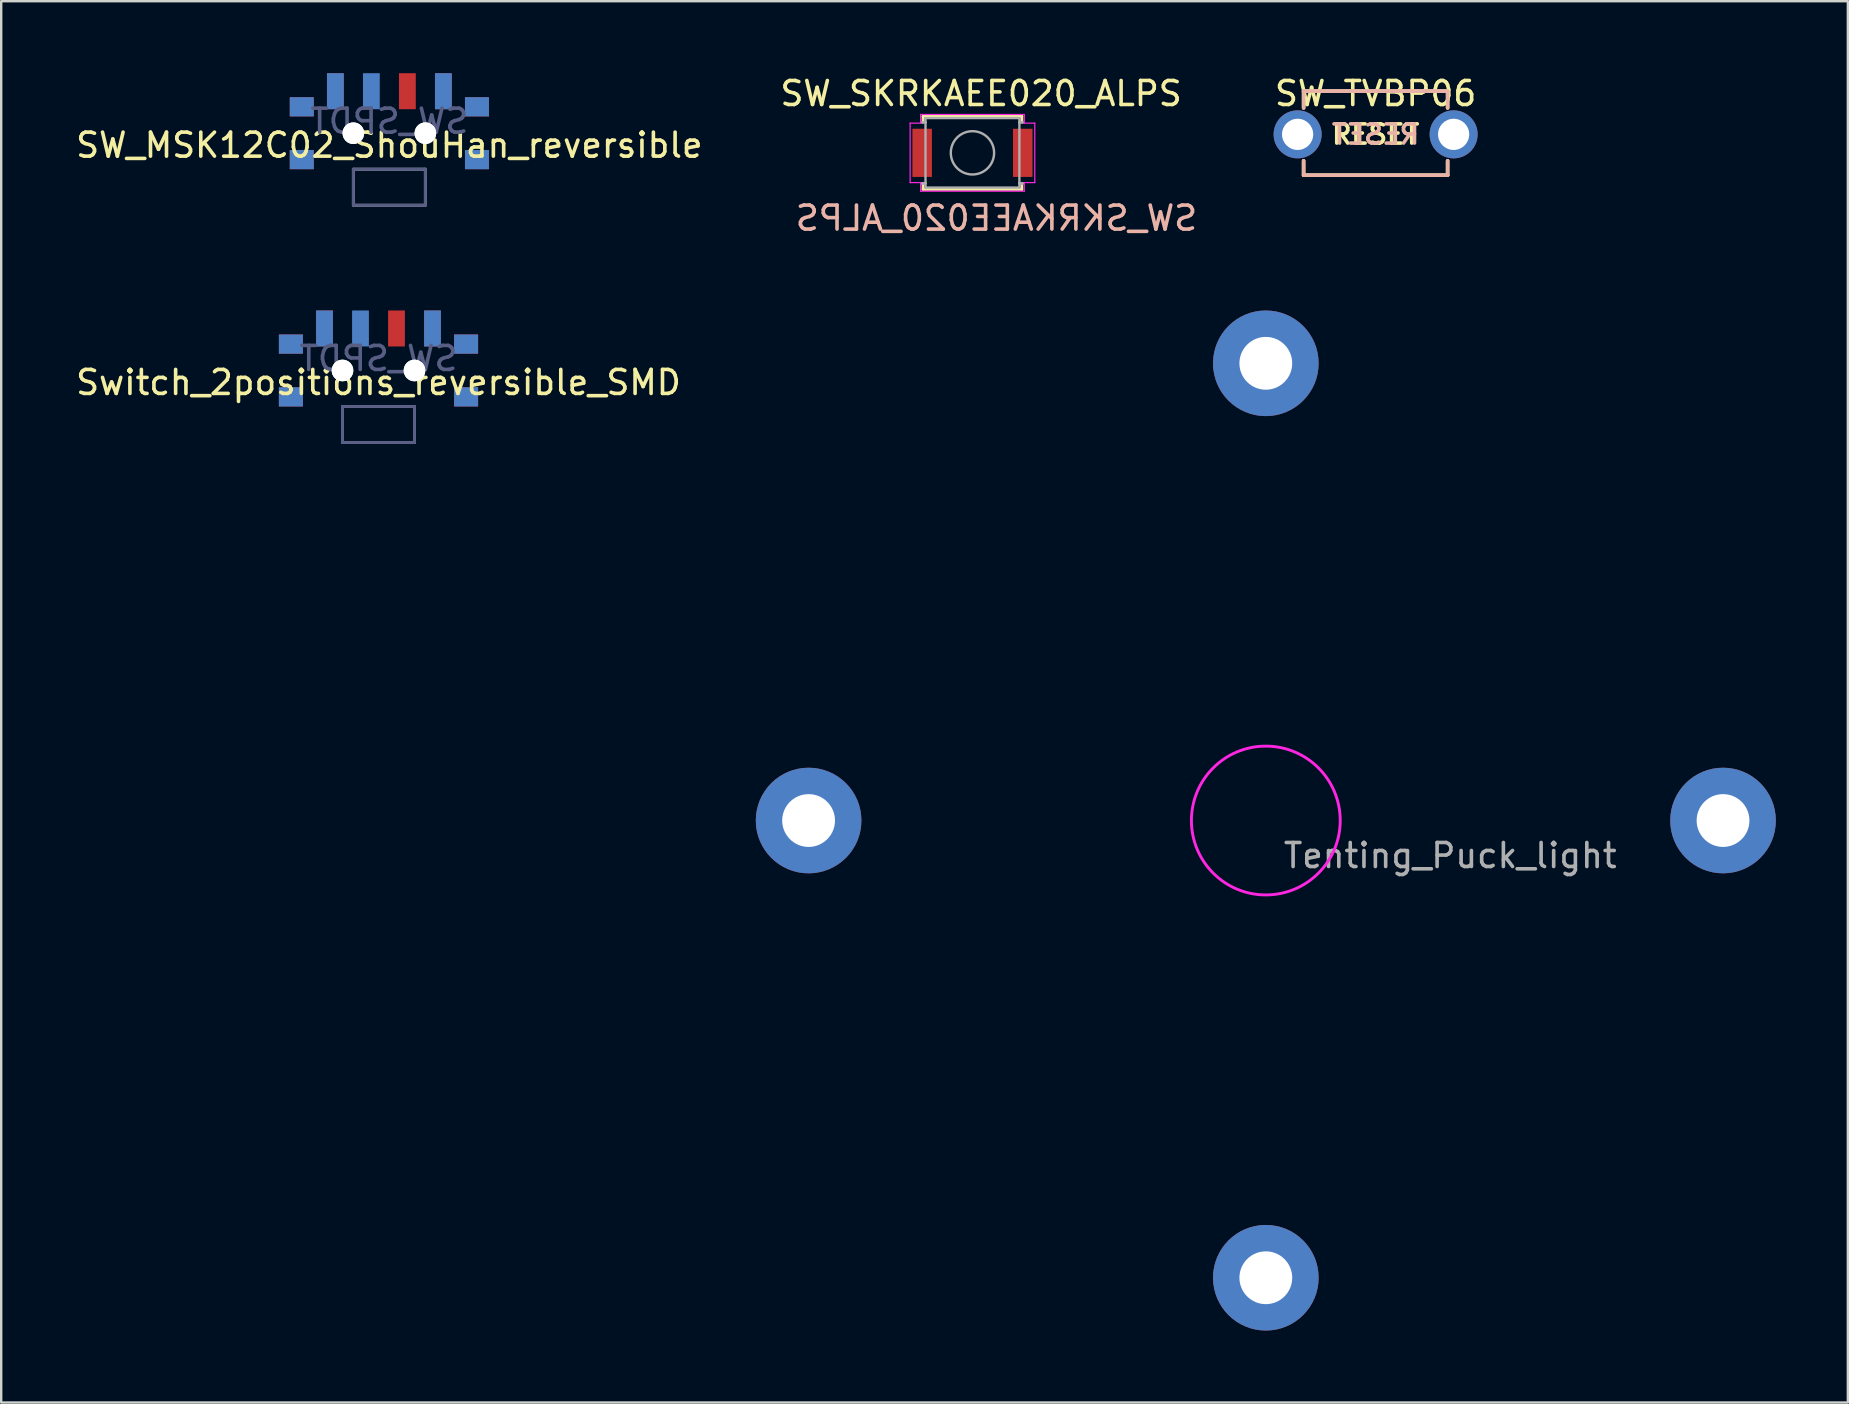
<source format=kicad_pcb>
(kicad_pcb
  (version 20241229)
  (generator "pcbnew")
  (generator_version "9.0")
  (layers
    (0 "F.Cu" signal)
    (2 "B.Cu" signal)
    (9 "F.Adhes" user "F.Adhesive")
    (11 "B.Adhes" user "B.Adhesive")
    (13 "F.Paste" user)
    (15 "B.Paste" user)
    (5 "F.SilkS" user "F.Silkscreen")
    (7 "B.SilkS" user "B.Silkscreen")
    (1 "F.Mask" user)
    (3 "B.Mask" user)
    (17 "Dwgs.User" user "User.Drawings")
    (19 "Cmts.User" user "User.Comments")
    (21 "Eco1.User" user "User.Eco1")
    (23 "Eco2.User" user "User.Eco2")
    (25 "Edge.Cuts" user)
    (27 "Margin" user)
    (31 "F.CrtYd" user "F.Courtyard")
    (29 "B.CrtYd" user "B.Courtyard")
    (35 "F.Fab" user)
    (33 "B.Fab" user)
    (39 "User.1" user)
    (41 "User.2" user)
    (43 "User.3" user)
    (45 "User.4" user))
  (footprint "Switch_2positions_reversible_SMD"
    (layer "F.Cu")
    (at 12.72 12.386)
    (property "Reference" "Switch_2positions_reversible_SMD" (at 0 0.5 180) (layer "F.SilkS") (effects (font (size 1 1) (thickness 0.15))))
    (fp_poly (pts (xy -4.1 -0.75) (xy -4.1 -1.45) (xy -3.2 -1.45) (xy -3.2 -0.75)) (stroke (width 0.1) (type solid)) (fill yes) (layer "F.Mask"))
    (fp_poly (pts (xy -4.1 1.45) (xy -4.1 0.75) (xy -3.2 0.75) (xy -3.2 1.45)) (stroke (width 0.1) (type solid)) (fill yes) (layer "F.Mask"))
    (fp_poly (pts (xy -2.55 -1.05) (xy -2.55 -2.45) (xy -1.95 -2.45) (xy -1.95 -1.05)) (stroke (width 0.1) (type solid)) (fill yes) (layer "F.Mask"))
    (fp_poly (pts (xy 0.45 -1.05) (xy 0.45 -2.45) (xy 1.05 -2.45) (xy 1.05 -1.05)) (stroke (width 0.1) (type solid)) (fill yes) (layer "F.Mask"))
    (fp_poly (pts (xy 1.95 -1.05) (xy 1.95 -2.45) (xy 2.55 -2.45) (xy 2.55 -1.05)) (stroke (width 0.1) (type solid)) (fill yes) (layer "F.Mask"))
    (fp_poly (pts (xy 3.2 -0.75) (xy 3.2 -1.45) (xy 4.1 -1.45) (xy 4.1 -0.75)) (stroke (width 0.1) (type solid)) (fill yes) (layer "F.Mask"))
    (fp_poly (pts (xy 3.2 1.45) (xy 3.2 0.75) (xy 4.1 0.75) (xy 4.1 1.45)) (stroke (width 0.1) (type solid)) (fill yes) (layer "F.Mask"))
    (fp_poly (pts (xy -3.2 -0.75) (xy -3.2 -1.45) (xy -4.1 -1.45) (xy -4.1 -0.75)) (stroke (width 0.1) (type solid)) (fill yes) (layer "B.Mask"))
    (fp_poly (pts (xy -3.2 1.45) (xy -3.2 0.75) (xy -4.1 0.75) (xy -4.1 1.45)) (stroke (width 0.1) (type solid)) (fill yes) (layer "B.Mask"))
    (fp_poly (pts (xy -1.95 -1.05) (xy -1.95 -2.45) (xy -2.55 -2.45) (xy -2.55 -1.05)) (stroke (width 0.1) (type solid)) (fill yes) (layer "B.Mask"))
    (fp_poly (pts (xy -0.45 -1.05) (xy -0.45 -2.45) (xy -1.05 -2.45) (xy -1.05 -1.05)) (stroke (width 0.1) (type solid)) (fill yes) (layer "B.Mask"))
    (fp_poly (pts (xy 2.55 -1.05) (xy 2.55 -2.45) (xy 1.95 -2.45) (xy 1.95 -1.05)) (stroke (width 0.1) (type solid)) (fill yes) (layer "B.Mask"))
    (fp_poly (pts (xy 4.1 -0.75) (xy 4.1 -1.45) (xy 3.2 -1.45) (xy 3.2 -0.75)) (stroke (width 0.1) (type solid)) (fill yes) (layer "B.Mask"))
    (fp_poly (pts (xy 4.1 1.45) (xy 4.1 0.75) (xy 3.2 0.75) (xy 3.2 1.45)) (stroke (width 0.1) (type solid)) (fill yes) (layer "B.Mask"))
    (fp_line (start -1.5 1.5) (end 1.5 1.5) (stroke (width 0.12) (type solid)) (layer "B.Fab"))
    (fp_line (start -1.5 3) (end -1.5 1.5) (stroke (width 0.12) (type solid)) (layer "B.Fab"))
    (fp_line (start 1.5 1.5) (end 1.5 3) (stroke (width 0.12) (type solid)) (layer "B.Fab"))
    (fp_line (start 1.5 3) (end -1.5 3) (stroke (width 0.12) (type solid)) (layer "B.Fab"))
    (fp_line (start -1.5 1.5) (end -1.5 3) (stroke (width 0.12) (type solid)) (layer "F.Fab"))
    (fp_line (start -1.5 3) (end 1.5 3) (stroke (width 0.12) (type solid)) (layer "F.Fab"))
    (fp_line (start 1.5 1.5) (end -1.5 1.5) (stroke (width 0.12) (type solid)) (layer "F.Fab"))
    (fp_line (start 1.5 3) (end 1.5 1.5) (stroke (width 0.12) (type solid)) (layer "F.Fab"))
    (fp_text user "SW_SPDT" (at 0 -0.5 180) (layer "B.Fab") (effects (font (size 1 1) (thickness 0.15)) (justify mirror)))
    (pad "" smd rect (at -3.65 -1.1) (size 1 0.8) (layers "F.Cu"))
    (pad "" smd rect (at -3.65 -1.1 180) (size 1 0.8) (layers "B.Cu"))
    (pad "" smd rect (at -3.65 1.1) (size 1 0.8) (layers "F.Cu"))
    (pad "" smd rect (at -3.65 1.1 180) (size 1 0.8) (layers "B.Cu"))
    (pad "" np_thru_hole circle (at -1.5 0 180) (size 0.9 0.9) (drill 0.9) (layers "*.Cu" "*.Mask"))
    (pad "" np_thru_hole circle (at -1.5 0) (size 0.9 0.9) (drill 0.9) (layers "*.Cu" "*.Mask"))
    (pad "" np_thru_hole circle (at 1.5 0 180) (size 0.9 0.9) (drill 0.9) (layers "*.Cu" "*.Mask"))
    (pad "" np_thru_hole circle (at 1.5 0) (size 0.9 0.9) (drill 0.9) (layers "*.Cu" "*.Mask"))
    (pad "" smd rect (at 3.65 -1.1) (size 1 0.8) (layers "F.Cu"))
    (pad "" smd rect (at 3.65 -1.1 180) (size 1 0.8) (layers "B.Cu"))
    (pad "" smd rect (at 3.65 1.1) (size 1 0.8) (layers "F.Cu"))
    (pad "" smd rect (at 3.65 1.1 180) (size 1 0.8) (layers "B.Cu"))
    (pad "1" smd rect (at -2.25 -1.75) (size 0.7 1.5) (layers "F.Cu"))
    (pad "1" smd rect (at 2.25 -1.75 180) (size 0.7 1.5) (layers "B.Cu"))
    (pad "2" smd rect (at -0.75 -1.75 180) (size 0.7 1.5) (layers "B.Cu"))
    (pad "2" smd rect (at 0.75 -1.75) (size 0.7 1.5) (layers "F.Cu"))
    (pad "3" smd rect (at -2.25 -1.75 180) (size 0.7 1.5) (layers "B.Cu"))
    (pad "3" smd rect (at 2.25 -1.75) (size 0.7 1.5) (layers "F.Cu")))
  (footprint "SW_SKRKAEE020_ALPS"
    (layer "F.Cu")
    (at 37.467 3.318)
    (property "Reference" "SW_SKRKAEE020_ALPS" (at 0.36 -2.47 0) (layer "F.SilkS") (effects (font (size 1 1) (thickness 0.15))))
    (attr smd)
    (fp_line (start -2.058 -1.523) (end -2.058 -1.336) (stroke (width 0.12) (type solid)) (layer "F.SilkS"))
    (fp_line (start -2.058 1.336) (end -2.058 1.523) (stroke (width 0.12) (type solid)) (layer "F.SilkS"))
    (fp_line (start -2.058 1.523) (end 2.058 1.523) (stroke (width 0.12) (type solid)) (layer "F.SilkS"))
    (fp_line (start 2.058 -1.523) (end -2.058 -1.523) (stroke (width 0.12) (type solid)) (layer "F.SilkS"))
    (fp_line (start 2.058 -1.336) (end 2.058 -1.523) (stroke (width 0.12) (type solid)) (layer "F.SilkS"))
    (fp_line (start 2.058 1.523) (end 2.058 1.336) (stroke (width 0.12) (type solid)) (layer "F.SilkS"))
    (fp_line (start -2.597 -1.239) (end -2.597 1.239) (stroke (width 0.05) (type solid)) (layer "F.CrtYd"))
    (fp_line (start -2.597 1.239) (end -2.16 1.239) (stroke (width 0.05) (type solid)) (layer "F.CrtYd"))
    (fp_line (start -2.16 -1.599) (end -2.16 -1.239) (stroke (width 0.05) (type solid)) (layer "F.CrtYd"))
    (fp_line (start -2.16 -1.239) (end -2.597 -1.239) (stroke (width 0.05) (type solid)) (layer "F.CrtYd"))
    (fp_line (start -2.16 1.239) (end -2.16 1.599) (stroke (width 0.05) (type solid)) (layer "F.CrtYd"))
    (fp_line (start -2.16 1.599) (end 2.16 1.599) (stroke (width 0.05) (type solid)) (layer "F.CrtYd"))
    (fp_line (start 2.16 -1.599) (end -2.16 -1.599) (stroke (width 0.05) (type solid)) (layer "F.CrtYd"))
    (fp_line (start 2.16 -1.239) (end 2.16 -1.599) (stroke (width 0.05) (type solid)) (layer "F.CrtYd"))
    (fp_line (start 2.16 1.239) (end 2.597 1.239) (stroke (width 0.05) (type solid)) (layer "F.CrtYd"))
    (fp_line (start 2.16 1.599) (end 2.16 1.239) (stroke (width 0.05) (type solid)) (layer "F.CrtYd"))
    (fp_line (start 2.597 -1.239) (end 2.16 -1.239) (stroke (width 0.05) (type solid)) (layer "F.CrtYd"))
    (fp_line (start 2.597 1.239) (end 2.597 -1.239) (stroke (width 0.05) (type solid)) (layer "F.CrtYd"))
    (fp_line (start -2.095 -1.27) (end -2.095 -1.27) (stroke (width 0.1) (type solid)) (layer "F.Fab"))
    (fp_line (start -2.095 -1.27) (end -1.956 -1.27) (stroke (width 0.1) (type solid)) (layer "F.Fab"))
    (fp_line (start -2.095 1.27) (end -2.095 1.27) (stroke (width 0.1) (type solid)) (layer "F.Fab"))
    (fp_line (start -2.095 1.27) (end -1.956 1.27) (stroke (width 0.1) (type solid)) (layer "F.Fab"))
    (fp_line (start -1.956 -1.448) (end -1.956 1.448) (stroke (width 0.1) (type solid)) (layer "F.Fab"))
    (fp_line (start -1.956 -1.27) (end -2.095 -1.27) (stroke (width 0.1) (type solid)) (layer "F.Fab"))
    (fp_line (start -1.956 -1.27) (end -1.956 -1.27) (stroke (width 0.1) (type solid)) (layer "F.Fab"))
    (fp_line (start -1.956 1.27) (end -2.095 1.27) (stroke (width 0.1) (type solid)) (layer "F.Fab"))
    (fp_line (start -1.956 1.27) (end -1.956 1.27) (stroke (width 0.1) (type solid)) (layer "F.Fab"))
    (fp_line (start -1.956 1.448) (end 1.956 1.448) (stroke (width 0.1) (type solid)) (layer "F.Fab"))
    (fp_line (start 1.956 -1.448) (end -1.956 -1.448) (stroke (width 0.1) (type solid)) (layer "F.Fab"))
    (fp_line (start 1.956 -1.27) (end 1.956 -1.27) (stroke (width 0.1) (type solid)) (layer "F.Fab"))
    (fp_line (start 1.956 -1.27) (end 2.095 -1.27) (stroke (width 0.1) (type solid)) (layer "F.Fab"))
    (fp_line (start 1.956 1.27) (end 1.956 1.27) (stroke (width 0.1) (type solid)) (layer "F.Fab"))
    (fp_line (start 1.956 1.27) (end 2.095 1.27) (stroke (width 0.1) (type solid)) (layer "F.Fab"))
    (fp_line (start 1.956 1.448) (end 1.956 -1.448) (stroke (width 0.1) (type solid)) (layer "F.Fab"))
    (fp_line (start 2.095 -1.27) (end 1.956 -1.27) (stroke (width 0.1) (type solid)) (layer "F.Fab"))
    (fp_line (start 2.095 -1.27) (end 2.095 -1.27) (stroke (width 0.1) (type solid)) (layer "F.Fab"))
    (fp_line (start 2.095 1.27) (end 1.956 1.27) (stroke (width 0.1) (type solid)) (layer "F.Fab"))
    (fp_line (start 2.095 1.27) (end 2.095 1.27) (stroke (width 0.1) (type solid)) (layer "F.Fab"))
    (fp_circle (center 0 0) (end 0.902 0) (stroke (width 0.1) (type solid)) (fill no) (layer "F.Fab"))
    (fp_text user "SW_SKRKAEE020_ALPS" (at 1 2.72 0) (layer "B.SilkS") (effects (font (size 1 1) (thickness 0.15)) (justify mirror)))
    (pad "1" smd rect (at -2.095 0) (size 0.813 2.007) (layers "F.Cu" "F.Mask" "F.Paste"))
    (pad "2" smd rect (at 2.095 0) (size 0.813 2.007) (layers "F.Cu" "F.Mask" "F.Paste")))
  (footprint "Tenting_Puck_light"
    (layer "F.Cu")
    (at 49.69 31.137)
    (property "Reference" "Tenting_Puck_light" (at 7.684 1.46 0) (layer "F.Fab") (effects (font (size 1 1) (thickness 0.15))))
    (attr through_hole)
    (fp_circle (center 0 0) (end 3.1 0) (stroke (width 0.12) (type solid)) (fill no) (layer "F.CrtYd"))
    (pad "" thru_hole circle (at -19.05 0) (size 4.4 4.4) (drill 2.2) (layers "*.Cu" "*.Mask"))
    (pad "" thru_hole circle (at 0 -19.05) (size 4.4 4.4) (drill 2.2) (layers "*.Cu" "*.Mask"))
    (pad "" thru_hole circle (at 0 19.05) (size 4.4 4.4) (drill 2.2) (layers "*.Cu" "*.Mask"))
    (pad "" thru_hole circle (at 19.05 0) (size 4.4 4.4) (drill 2.2) (layers "*.Cu" "*.Mask")))
  (footprint "SW_TVBP06"
    (layer "F.Cu")
    (at 54.265 2.548)
    (property "Reference" "SW_TVBP06" (at 0 -1.7 0) (layer "F.SilkS") (effects (font (size 1 1) (thickness 0.15))))
    (attr through_hole)
    (fp_line (start -3 -1.8) (end -3 -1.1) (stroke (width 0.15) (type solid)) (layer "F.SilkS"))
    (fp_line (start -3 1.7) (end -3 1.1) (stroke (width 0.15) (type solid)) (layer "F.SilkS"))
    (fp_line (start -3 1.7) (end 3 1.7) (stroke (width 0.15) (type solid)) (layer "F.SilkS"))
    (fp_line (start 3 -1.8) (end -3 -1.8) (stroke (width 0.15) (type solid)) (layer "F.SilkS"))
    (fp_line (start 3 -1.8) (end 3 -1.1) (stroke (width 0.15) (type solid)) (layer "F.SilkS"))
    (fp_line (start 3 1.7) (end 3 1.1) (stroke (width 0.15) (type solid)) (layer "F.SilkS"))
    (fp_line (start -3 -1.8) (end -3 -1.1) (stroke (width 0.15) (type solid)) (layer "B.SilkS"))
    (fp_line (start -3 -1.8) (end 2.9 -1.8) (stroke (width 0.15) (type solid)) (layer "B.SilkS"))
    (fp_line (start -3 -1.8) (end 3 -1.8) (stroke (width 0.15) (type solid)) (layer "B.SilkS"))
    (fp_line (start -3 1.7) (end -3 1.1) (stroke (width 0.15) (type solid)) (layer "B.SilkS"))
    (fp_line (start 3 -1.8) (end 3 -1.1) (stroke (width 0.15) (type solid)) (layer "B.SilkS"))
    (fp_line (start 3 1.7) (end -3 1.7) (stroke (width 0.15) (type solid)) (layer "B.SilkS"))
    (fp_line (start 3 1.7) (end 3 1.1) (stroke (width 0.15) (type solid)) (layer "B.SilkS"))
    (fp_text user "RESET" (at 0 0 180) (layer "F.SilkS") (effects (font (size 0.8 0.8) (thickness 0.15))))
    (fp_text user "RESET" (at 0 0 0) (layer "B.SilkS") (effects (font (size 0.8 0.8) (thickness 0.15)) (justify mirror)))
    (pad "1" thru_hole circle (at -3.25 0) (size 2 2) (drill 1.3) (layers "*.Cu" "*.Mask"))
    (pad "2" thru_hole circle (at 3.25 0) (size 2 2) (drill 1.3) (layers "*.Cu" "*.Mask")))
  (footprint "SW_MSK12C02_ShouHan_reversible"
    (layer "F.Cu")
    (at 13.173 2.5)
    (property "Reference" "SW_MSK12C02_ShouHan_reversible" (at 0 0.5 180) (layer "F.SilkS") (effects (font (size 1 1) (thickness 0.15))))
    (fp_poly (pts (xy -4.1 -0.75) (xy -4.1 -1.45) (xy -3.2 -1.45) (xy -3.2 -0.75)) (stroke (width 0.1) (type solid)) (fill yes) (layer "F.Mask"))
    (fp_poly (pts (xy -4.1 1.45) (xy -4.1 0.75) (xy -3.2 0.75) (xy -3.2 1.45)) (stroke (width 0.1) (type solid)) (fill yes) (layer "F.Mask"))
    (fp_poly (pts (xy -2.55 -1.05) (xy -2.55 -2.45) (xy -1.95 -2.45) (xy -1.95 -1.05)) (stroke (width 0.1) (type solid)) (fill yes) (layer "F.Mask"))
    (fp_poly (pts (xy 0.45 -1.05) (xy 0.45 -2.45) (xy 1.05 -2.45) (xy 1.05 -1.05)) (stroke (width 0.1) (type solid)) (fill yes) (layer "F.Mask"))
    (fp_poly (pts (xy 1.95 -1.05) (xy 1.95 -2.45) (xy 2.55 -2.45) (xy 2.55 -1.05)) (stroke (width 0.1) (type solid)) (fill yes) (layer "F.Mask"))
    (fp_poly (pts (xy 3.2 -0.75) (xy 3.2 -1.45) (xy 4.1 -1.45) (xy 4.1 -0.75)) (stroke (width 0.1) (type solid)) (fill yes) (layer "F.Mask"))
    (fp_poly (pts (xy 3.2 1.45) (xy 3.2 0.75) (xy 4.1 0.75) (xy 4.1 1.45)) (stroke (width 0.1) (type solid)) (fill yes) (layer "F.Mask"))
    (fp_poly (pts (xy -3.2 -0.75) (xy -3.2 -1.45) (xy -4.1 -1.45) (xy -4.1 -0.75)) (stroke (width 0.1) (type solid)) (fill yes) (layer "B.Mask"))
    (fp_poly (pts (xy -3.2 1.45) (xy -3.2 0.75) (xy -4.1 0.75) (xy -4.1 1.45)) (stroke (width 0.1) (type solid)) (fill yes) (layer "B.Mask"))
    (fp_poly (pts (xy -1.95 -1.05) (xy -1.95 -2.45) (xy -2.55 -2.45) (xy -2.55 -1.05)) (stroke (width 0.1) (type solid)) (fill yes) (layer "B.Mask"))
    (fp_poly (pts (xy -0.45 -1.05) (xy -0.45 -2.45) (xy -1.05 -2.45) (xy -1.05 -1.05)) (stroke (width 0.1) (type solid)) (fill yes) (layer "B.Mask"))
    (fp_poly (pts (xy 2.55 -1.05) (xy 2.55 -2.45) (xy 1.95 -2.45) (xy 1.95 -1.05)) (stroke (width 0.1) (type solid)) (fill yes) (layer "B.Mask"))
    (fp_poly (pts (xy 4.1 -0.75) (xy 4.1 -1.45) (xy 3.2 -1.45) (xy 3.2 -0.75)) (stroke (width 0.1) (type solid)) (fill yes) (layer "B.Mask"))
    (fp_poly (pts (xy 4.1 1.45) (xy 4.1 0.75) (xy 3.2 0.75) (xy 3.2 1.45)) (stroke (width 0.1) (type solid)) (fill yes) (layer "B.Mask"))
    (fp_line (start -1.5 1.5) (end 1.5 1.5) (stroke (width 0.12) (type solid)) (layer "B.Fab"))
    (fp_line (start -1.5 3) (end -1.5 1.5) (stroke (width 0.12) (type solid)) (layer "B.Fab"))
    (fp_line (start 1.5 1.5) (end 1.5 3) (stroke (width 0.12) (type solid)) (layer "B.Fab"))
    (fp_line (start 1.5 3) (end -1.5 3) (stroke (width 0.12) (type solid)) (layer "B.Fab"))
    (fp_line (start -1.5 1.5) (end -1.5 3) (stroke (width 0.12) (type solid)) (layer "F.Fab"))
    (fp_line (start -1.5 3) (end 1.5 3) (stroke (width 0.12) (type solid)) (layer "F.Fab"))
    (fp_line (start 1.5 1.5) (end -1.5 1.5) (stroke (width 0.12) (type solid)) (layer "F.Fab"))
    (fp_line (start 1.5 3) (end 1.5 1.5) (stroke (width 0.12) (type solid)) (layer "F.Fab"))
    (fp_text user "SW_SPDT" (at 0 -0.5 0) (layer "B.Fab") (effects (font (size 1 1) (thickness 0.15)) (justify mirror)))
    (pad "" smd rect (at -3.65 -1.1) (size 1 0.8) (layers "F.Cu"))
    (pad "" smd rect (at -3.65 -1.1 180) (size 1 0.8) (layers "B.Cu"))
    (pad "" smd rect (at -3.65 1.1) (size 1 0.8) (layers "F.Cu"))
    (pad "" smd rect (at -3.65 1.1 180) (size 1 0.8) (layers "B.Cu"))
    (pad "" np_thru_hole circle (at -1.5 0) (size 0.9 0.9) (drill 0.9) (layers "*.Cu" "*.Mask"))
    (pad "" np_thru_hole circle (at -1.5 0 180) (size 0.9 0.9) (drill 0.9) (layers "*.Cu" "*.Mask"))
    (pad "" np_thru_hole circle (at 1.5 0) (size 0.9 0.9) (drill 0.9) (layers "*.Cu" "*.Mask"))
    (pad "" np_thru_hole circle (at 1.5 0 180) (size 0.9 0.9) (drill 0.9) (layers "*.Cu" "*.Mask"))
    (pad "" smd rect (at 3.65 -1.1) (size 1 0.8) (layers "F.Cu"))
    (pad "" smd rect (at 3.65 -1.1 180) (size 1 0.8) (layers "B.Cu"))
    (pad "" smd rect (at 3.65 1.1) (size 1 0.8) (layers "F.Cu"))
    (pad "" smd rect (at 3.65 1.1 180) (size 1 0.8) (layers "B.Cu"))
    (pad "1" smd rect (at -2.25 -1.75) (size 0.7 1.5) (layers "F.Cu"))
    (pad "1" smd rect (at 2.25 -1.75 180) (size 0.7 1.5) (layers "B.Cu"))
    (pad "2" smd rect (at -0.75 -1.75 180) (size 0.7 1.5) (layers "B.Cu"))
    (pad "2" smd rect (at 0.75 -1.75) (size 0.7 1.5) (layers "F.Cu"))
    (pad "3" smd rect (at -2.25 -1.75 180) (size 0.7 1.5) (layers "B.Cu"))
    (pad "3" smd rect (at 2.25 -1.75) (size 0.7 1.5) (layers "F.Cu")))
  (gr_rect
    (start -3 -3)
    (end 73.94 55.386)
    (stroke (width 0.1) (type default))
    (fill no)
    (layer "Edge.Cuts")))
</source>
